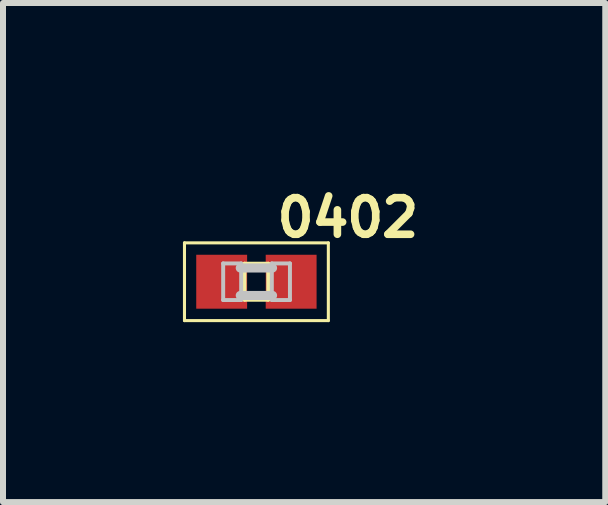
<source format=kicad_pcb>
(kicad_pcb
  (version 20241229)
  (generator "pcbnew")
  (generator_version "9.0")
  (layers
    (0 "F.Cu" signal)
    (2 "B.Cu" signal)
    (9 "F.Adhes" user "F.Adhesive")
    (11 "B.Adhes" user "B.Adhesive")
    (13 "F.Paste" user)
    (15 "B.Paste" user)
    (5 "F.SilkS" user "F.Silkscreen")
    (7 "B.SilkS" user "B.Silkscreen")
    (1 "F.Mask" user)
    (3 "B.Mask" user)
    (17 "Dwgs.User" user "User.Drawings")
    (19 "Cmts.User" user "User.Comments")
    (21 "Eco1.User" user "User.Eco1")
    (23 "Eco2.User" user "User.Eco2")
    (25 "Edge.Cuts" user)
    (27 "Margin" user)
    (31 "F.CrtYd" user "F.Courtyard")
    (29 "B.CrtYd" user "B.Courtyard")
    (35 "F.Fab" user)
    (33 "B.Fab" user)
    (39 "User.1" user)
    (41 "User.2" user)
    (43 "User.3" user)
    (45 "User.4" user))
  (footprint "0402"
    (layer "F.Cu")
    (at 1.224 1.646)
    (property "Reference" "0402" (at 1.524 -1.067 0) (layer "F.SilkS") (effects (font (size 0.61 0.61) (thickness 0.127))))
    (attr smd)
    (fp_line (start -1.199 -0.648) (end 1.199 -0.648) (stroke (width 0.051) (type solid)) (layer "F.SilkS"))
    (fp_line (start -1.199 0.648) (end -1.199 -0.648) (stroke (width 0.051) (type solid)) (layer "F.SilkS"))
    (fp_line (start -0.198 -0.3) (end 0.198 -0.3) (stroke (width 0.066) (type solid)) (layer "F.SilkS"))
    (fp_line (start -0.198 0.3) (end -0.198 -0.3) (stroke (width 0.066) (type solid)) (layer "F.SilkS"))
    (fp_line (start -0.198 0.3) (end 0.198 0.3) (stroke (width 0.066) (type solid)) (layer "F.SilkS"))
    (fp_line (start 0.198 0.3) (end 0.198 -0.3) (stroke (width 0.066) (type solid)) (layer "F.SilkS"))
    (fp_line (start 1.199 -0.648) (end 1.199 0.648) (stroke (width 0.051) (type solid)) (layer "F.SilkS"))
    (fp_line (start 1.199 0.648) (end -1.199 0.648) (stroke (width 0.051) (type solid)) (layer "F.SilkS"))
    (fp_line (start -0.554 -0.305) (end -0.254 -0.305) (stroke (width 0.066) (type solid)) (layer "Dwgs.User"))
    (fp_line (start -0.554 0.305) (end -0.554 -0.305) (stroke (width 0.066) (type solid)) (layer "Dwgs.User"))
    (fp_line (start -0.554 0.305) (end -0.254 0.305) (stroke (width 0.066) (type solid)) (layer "Dwgs.User"))
    (fp_line (start -0.269 -0.229) (end 0.269 -0.229) (stroke (width 0.152) (type solid)) (layer "Dwgs.User"))
    (fp_line (start -0.254 0.305) (end -0.254 -0.305) (stroke (width 0.066) (type solid)) (layer "Dwgs.User"))
    (fp_line (start 0.257 -0.305) (end 0.559 -0.305) (stroke (width 0.066) (type solid)) (layer "Dwgs.User"))
    (fp_line (start 0.257 0.305) (end 0.257 -0.305) (stroke (width 0.066) (type solid)) (layer "Dwgs.User"))
    (fp_line (start 0.257 0.305) (end 0.559 0.305) (stroke (width 0.066) (type solid)) (layer "Dwgs.User"))
    (fp_line (start 0.269 0.229) (end -0.269 0.229) (stroke (width 0.152) (type solid)) (layer "Dwgs.User"))
    (fp_line (start 0.559 0.305) (end 0.559 -0.305) (stroke (width 0.066) (type solid)) (layer "Dwgs.User"))
    (pad "1" smd rect (at -0.579 0) (size 0.848 0.899) (layers "F.Cu" "F.Mask" "F.Paste"))
    (pad "2" smd rect (at 0.579 0) (size 0.848 0.899) (layers "F.Cu" "F.Mask" "F.Paste")))
  (gr_rect
    (start -3 -3)
    (end 7.039 5.319)
    (stroke (width 0.1) (type default))
    (fill no)
    (layer "Edge.Cuts")))
</source>
